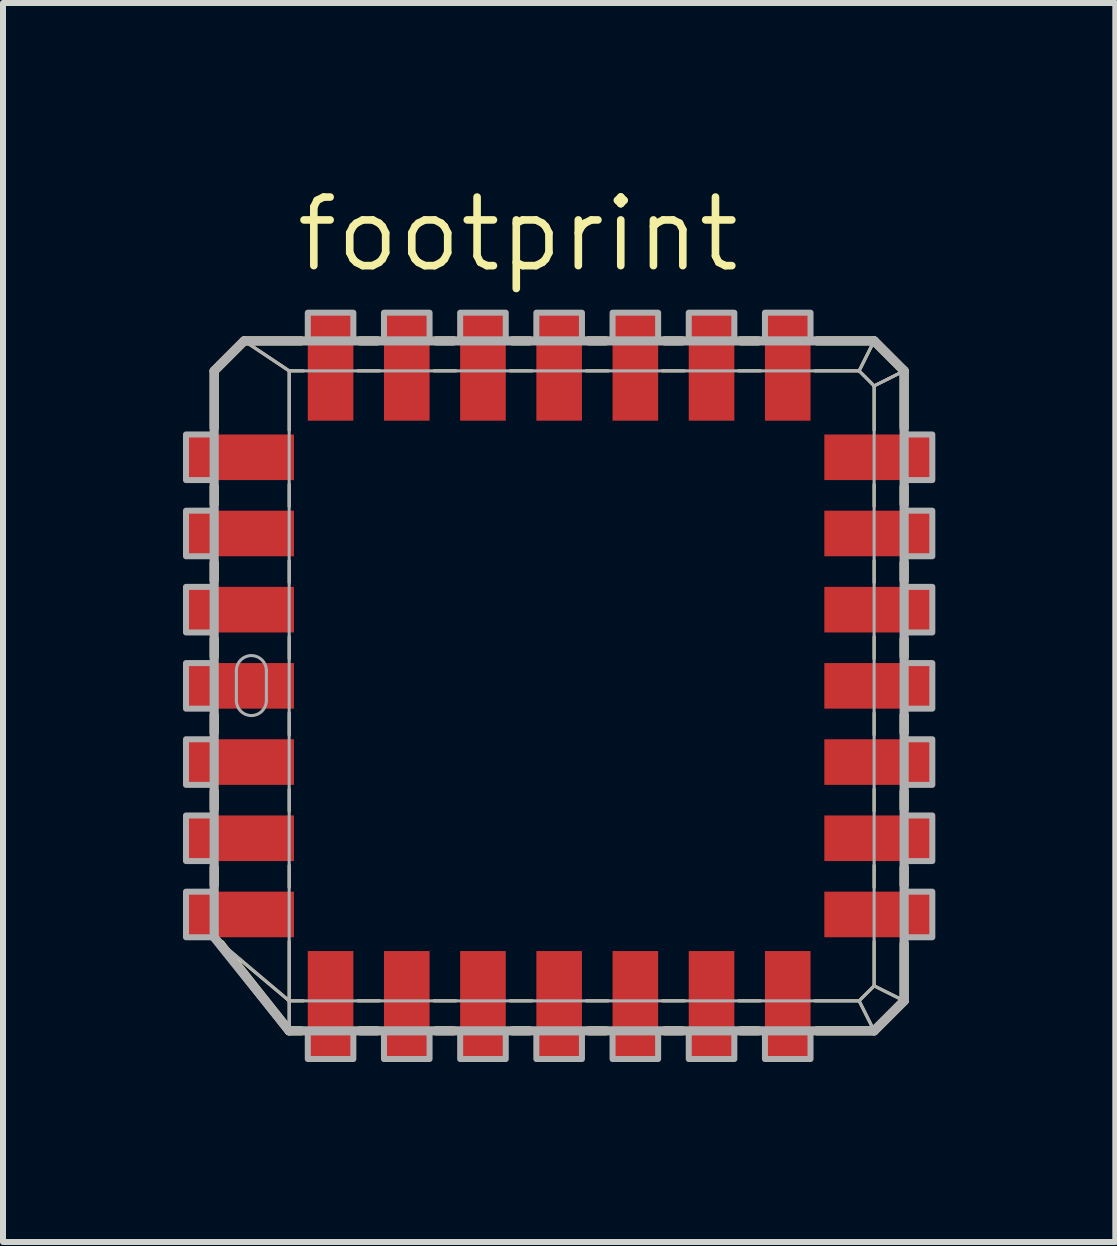
<source format=kicad_pcb>
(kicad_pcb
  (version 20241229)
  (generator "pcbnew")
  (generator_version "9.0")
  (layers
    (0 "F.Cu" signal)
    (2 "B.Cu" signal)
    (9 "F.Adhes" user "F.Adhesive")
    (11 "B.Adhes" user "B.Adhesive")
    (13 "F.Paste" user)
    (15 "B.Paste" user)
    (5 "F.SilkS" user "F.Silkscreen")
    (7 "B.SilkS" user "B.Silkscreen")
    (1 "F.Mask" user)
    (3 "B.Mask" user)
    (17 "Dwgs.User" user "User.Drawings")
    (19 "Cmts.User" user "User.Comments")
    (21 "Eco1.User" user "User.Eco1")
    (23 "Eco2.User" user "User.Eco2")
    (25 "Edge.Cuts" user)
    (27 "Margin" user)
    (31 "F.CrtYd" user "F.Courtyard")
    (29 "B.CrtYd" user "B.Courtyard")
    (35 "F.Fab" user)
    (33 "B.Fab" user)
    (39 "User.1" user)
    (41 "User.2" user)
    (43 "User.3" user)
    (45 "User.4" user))
  (footprint "footprint"
    (layer "F.Cu")
    (at 6.27 8.382)
    (property "Reference" "footprint" (at -4.445 -6.858 0) (layer "F.SilkS") (effects (font (size 1.143 1.143) (thickness 0.127)) (justify left bottom)))
    (fp_line (start -5.75 -5.25) (end -5.25 -5.75) (stroke (width 0.152) (type solid)) (layer "F.SilkS"))
    (fp_line (start -5.75 -4.301) (end -5.75 -5.25) (stroke (width 0.152) (type solid)) (layer "F.SilkS"))
    (fp_line (start -5.75 -3.031) (end -5.75 -3.319) (stroke (width 0.152) (type solid)) (layer "F.SilkS"))
    (fp_line (start -5.75 -1.761) (end -5.75 -2.049) (stroke (width 0.152) (type solid)) (layer "F.SilkS"))
    (fp_line (start -5.75 -0.491) (end -5.75 -0.779) (stroke (width 0.152) (type solid)) (layer "F.SilkS"))
    (fp_line (start -5.75 0.779) (end -5.75 0.491) (stroke (width 0.152) (type solid)) (layer "F.SilkS"))
    (fp_line (start -5.75 2.049) (end -5.75 1.761) (stroke (width 0.152) (type solid)) (layer "F.SilkS"))
    (fp_line (start -5.75 3.319) (end -5.75 3.031) (stroke (width 0.152) (type solid)) (layer "F.SilkS"))
    (fp_line (start -5.25 -5.75) (end -4.5 -5.25) (stroke (width 0.051) (type solid)) (layer "F.SilkS"))
    (fp_line (start -5.25 -5.75) (end -4.301 -5.75) (stroke (width 0.152) (type solid)) (layer "F.SilkS"))
    (fp_line (start -4.5 -5.25) (end -4.261 -5.25) (stroke (width 0.051) (type solid)) (layer "F.SilkS"))
    (fp_line (start -4.5 -4.261) (end -4.5 -5.25) (stroke (width 0.051) (type solid)) (layer "F.SilkS"))
    (fp_line (start -4.5 -2.991) (end -4.5 -3.359) (stroke (width 0.051) (type solid)) (layer "F.SilkS"))
    (fp_line (start -4.5 -1.721) (end -4.5 -2.089) (stroke (width 0.051) (type solid)) (layer "F.SilkS"))
    (fp_line (start -4.5 -0.451) (end -4.5 -0.819) (stroke (width 0.051) (type solid)) (layer "F.SilkS"))
    (fp_line (start -4.5 0.819) (end -4.5 0.451) (stroke (width 0.051) (type solid)) (layer "F.SilkS"))
    (fp_line (start -4.5 2.089) (end -4.5 1.721) (stroke (width 0.051) (type solid)) (layer "F.SilkS"))
    (fp_line (start -4.5 3.359) (end -4.5 2.991) (stroke (width 0.051) (type solid)) (layer "F.SilkS"))
    (fp_line (start -4.5 5.25) (end -5.679 4.261) (stroke (width 0.051) (type solid)) (layer "F.SilkS"))
    (fp_line (start -4.5 5.25) (end -4.5 4.261) (stroke (width 0.051) (type solid)) (layer "F.SilkS"))
    (fp_line (start -4.5 5.75) (end -5.649 4.301) (stroke (width 0.152) (type solid)) (layer "F.SilkS"))
    (fp_line (start -4.5 5.75) (end -4.5 5.25) (stroke (width 0.051) (type solid)) (layer "F.SilkS"))
    (fp_line (start -4.301 5.75) (end -4.5 5.75) (stroke (width 0.152) (type solid)) (layer "F.SilkS"))
    (fp_line (start -4.261 5.25) (end -4.5 5.25) (stroke (width 0.051) (type solid)) (layer "F.SilkS"))
    (fp_line (start -3.359 -5.25) (end -2.991 -5.25) (stroke (width 0.051) (type solid)) (layer "F.SilkS"))
    (fp_line (start -3.319 -5.75) (end -3.031 -5.75) (stroke (width 0.152) (type solid)) (layer "F.SilkS"))
    (fp_line (start -3.031 5.75) (end -3.319 5.75) (stroke (width 0.152) (type solid)) (layer "F.SilkS"))
    (fp_line (start -2.991 5.25) (end -3.359 5.25) (stroke (width 0.051) (type solid)) (layer "F.SilkS"))
    (fp_line (start -2.089 -5.25) (end -1.721 -5.25) (stroke (width 0.051) (type solid)) (layer "F.SilkS"))
    (fp_line (start -2.049 -5.75) (end -1.761 -5.75) (stroke (width 0.152) (type solid)) (layer "F.SilkS"))
    (fp_line (start -1.761 5.75) (end -2.049 5.75) (stroke (width 0.152) (type solid)) (layer "F.SilkS"))
    (fp_line (start -1.721 5.25) (end -2.089 5.25) (stroke (width 0.051) (type solid)) (layer "F.SilkS"))
    (fp_line (start -0.819 -5.25) (end -0.451 -5.25) (stroke (width 0.051) (type solid)) (layer "F.SilkS"))
    (fp_line (start -0.779 -5.75) (end -0.491 -5.75) (stroke (width 0.152) (type solid)) (layer "F.SilkS"))
    (fp_line (start -0.491 5.75) (end -0.779 5.75) (stroke (width 0.152) (type solid)) (layer "F.SilkS"))
    (fp_line (start -0.451 5.25) (end -0.819 5.25) (stroke (width 0.051) (type solid)) (layer "F.SilkS"))
    (fp_line (start 0.451 -5.25) (end 0.819 -5.25) (stroke (width 0.051) (type solid)) (layer "F.SilkS"))
    (fp_line (start 0.491 -5.75) (end 0.779 -5.75) (stroke (width 0.152) (type solid)) (layer "F.SilkS"))
    (fp_line (start 0.779 5.75) (end 0.491 5.75) (stroke (width 0.152) (type solid)) (layer "F.SilkS"))
    (fp_line (start 0.819 5.25) (end 0.451 5.25) (stroke (width 0.051) (type solid)) (layer "F.SilkS"))
    (fp_line (start 1.721 -5.25) (end 2.089 -5.25) (stroke (width 0.051) (type solid)) (layer "F.SilkS"))
    (fp_line (start 1.761 -5.75) (end 2.049 -5.75) (stroke (width 0.152) (type solid)) (layer "F.SilkS"))
    (fp_line (start 2.049 5.75) (end 1.761 5.75) (stroke (width 0.152) (type solid)) (layer "F.SilkS"))
    (fp_line (start 2.089 5.25) (end 1.721 5.25) (stroke (width 0.051) (type solid)) (layer "F.SilkS"))
    (fp_line (start 2.991 -5.25) (end 3.359 -5.25) (stroke (width 0.051) (type solid)) (layer "F.SilkS"))
    (fp_line (start 3.031 -5.75) (end 3.319 -5.75) (stroke (width 0.152) (type solid)) (layer "F.SilkS"))
    (fp_line (start 3.319 5.75) (end 3.031 5.75) (stroke (width 0.152) (type solid)) (layer "F.SilkS"))
    (fp_line (start 3.359 5.25) (end 2.991 5.25) (stroke (width 0.051) (type solid)) (layer "F.SilkS"))
    (fp_line (start 4.261 -5.25) (end 5 -5.25) (stroke (width 0.051) (type solid)) (layer "F.SilkS"))
    (fp_line (start 4.301 -5.75) (end 5.25 -5.75) (stroke (width 0.152) (type solid)) (layer "F.SilkS"))
    (fp_line (start 5 -5.25) (end 5.25 -5.75) (stroke (width 0.051) (type solid)) (layer "F.SilkS"))
    (fp_line (start 5 -5.25) (end 5.25 -5) (stroke (width 0.051) (type solid)) (layer "F.SilkS"))
    (fp_line (start 5 5.25) (end 4.261 5.25) (stroke (width 0.051) (type solid)) (layer "F.SilkS"))
    (fp_line (start 5.25 -5.75) (end 5.75 -5.25) (stroke (width 0.152) (type solid)) (layer "F.SilkS"))
    (fp_line (start 5.25 -5) (end 5.25 -4.261) (stroke (width 0.051) (type solid)) (layer "F.SilkS"))
    (fp_line (start 5.25 -5) (end 5.75 -5.25) (stroke (width 0.051) (type solid)) (layer "F.SilkS"))
    (fp_line (start 5.25 -3.359) (end 5.25 -2.991) (stroke (width 0.051) (type solid)) (layer "F.SilkS"))
    (fp_line (start 5.25 -2.089) (end 5.25 -1.721) (stroke (width 0.051) (type solid)) (layer "F.SilkS"))
    (fp_line (start 5.25 -0.819) (end 5.25 -0.451) (stroke (width 0.051) (type solid)) (layer "F.SilkS"))
    (fp_line (start 5.25 0.451) (end 5.25 0.819) (stroke (width 0.051) (type solid)) (layer "F.SilkS"))
    (fp_line (start 5.25 1.721) (end 5.25 2.089) (stroke (width 0.051) (type solid)) (layer "F.SilkS"))
    (fp_line (start 5.25 2.991) (end 5.25 3.359) (stroke (width 0.051) (type solid)) (layer "F.SilkS"))
    (fp_line (start 5.25 4.261) (end 5.25 5) (stroke (width 0.051) (type solid)) (layer "F.SilkS"))
    (fp_line (start 5.25 5) (end 5 5.25) (stroke (width 0.051) (type solid)) (layer "F.SilkS"))
    (fp_line (start 5.25 5.75) (end 4.301 5.75) (stroke (width 0.152) (type solid)) (layer "F.SilkS"))
    (fp_line (start 5.25 5.75) (end 5 5.25) (stroke (width 0.051) (type solid)) (layer "F.SilkS"))
    (fp_line (start 5.75 -5.25) (end 5.75 -4.301) (stroke (width 0.152) (type solid)) (layer "F.SilkS"))
    (fp_line (start 5.75 -3.319) (end 5.75 -3.031) (stroke (width 0.152) (type solid)) (layer "F.SilkS"))
    (fp_line (start 5.75 -2.049) (end 5.75 -1.761) (stroke (width 0.152) (type solid)) (layer "F.SilkS"))
    (fp_line (start 5.75 -0.779) (end 5.75 -0.491) (stroke (width 0.152) (type solid)) (layer "F.SilkS"))
    (fp_line (start 5.75 0.491) (end 5.75 0.779) (stroke (width 0.152) (type solid)) (layer "F.SilkS"))
    (fp_line (start 5.75 1.761) (end 5.75 2.049) (stroke (width 0.152) (type solid)) (layer "F.SilkS"))
    (fp_line (start 5.75 3.031) (end 5.75 3.319) (stroke (width 0.152) (type solid)) (layer "F.SilkS"))
    (fp_line (start 5.75 4.301) (end 5.75 5.25) (stroke (width 0.152) (type solid)) (layer "F.SilkS"))
    (fp_line (start 5.75 5.25) (end 5.25 5) (stroke (width 0.051) (type solid)) (layer "F.SilkS"))
    (fp_line (start 5.75 5.25) (end 5.25 5.75) (stroke (width 0.152) (type solid)) (layer "F.SilkS"))
    (fp_line (start -5.75 -5.25) (end -5.25 -5.75) (stroke (width 0.152) (type solid)) (layer "F.Fab"))
    (fp_line (start -5.75 4.19) (end -5.75 -5.25) (stroke (width 0.152) (type solid)) (layer "F.Fab"))
    (fp_line (start -5.38 -0.255) (end -5.38 0.245) (stroke (width 0.051) (type solid)) (layer "F.Fab"))
    (fp_line (start -5.25 -5.75) (end -4.5 -5.25) (stroke (width 0.051) (type solid)) (layer "F.Fab"))
    (fp_line (start -5.25 -5.75) (end 5.25 -5.75) (stroke (width 0.152) (type solid)) (layer "F.Fab"))
    (fp_line (start -4.88 -0.255) (end -4.88 0.245) (stroke (width 0.051) (type solid)) (layer "F.Fab"))
    (fp_line (start -4.5 -5.25) (end 5 -5.25) (stroke (width 0.051) (type solid)) (layer "F.Fab"))
    (fp_line (start -4.5 5.25) (end -5.75 4.19) (stroke (width 0.051) (type solid)) (layer "F.Fab"))
    (fp_line (start -4.5 5.25) (end -4.5 -5.25) (stroke (width 0.051) (type solid)) (layer "F.Fab"))
    (fp_line (start -4.5 5.75) (end -5.75 4.19) (stroke (width 0.152) (type solid)) (layer "F.Fab"))
    (fp_line (start -4.5 5.75) (end -4.5 5.25) (stroke (width 0.051) (type solid)) (layer "F.Fab"))
    (fp_line (start 5 -5.25) (end 5.25 -5.75) (stroke (width 0.051) (type solid)) (layer "F.Fab"))
    (fp_line (start 5 -5.25) (end 5.25 -5) (stroke (width 0.051) (type solid)) (layer "F.Fab"))
    (fp_line (start 5 5.25) (end -4.5 5.25) (stroke (width 0.051) (type solid)) (layer "F.Fab"))
    (fp_line (start 5.25 -5.75) (end 5.75 -5.25) (stroke (width 0.152) (type solid)) (layer "F.Fab"))
    (fp_line (start 5.25 -5) (end 5.25 5) (stroke (width 0.051) (type solid)) (layer "F.Fab"))
    (fp_line (start 5.25 -5) (end 5.75 -5.25) (stroke (width 0.051) (type solid)) (layer "F.Fab"))
    (fp_line (start 5.25 5) (end 5 5.25) (stroke (width 0.051) (type solid)) (layer "F.Fab"))
    (fp_line (start 5.25 5.75) (end -4.5 5.75) (stroke (width 0.152) (type solid)) (layer "F.Fab"))
    (fp_line (start 5.25 5.75) (end 5 5.25) (stroke (width 0.051) (type solid)) (layer "F.Fab"))
    (fp_line (start 5.75 -5.25) (end 5.75 5.25) (stroke (width 0.152) (type solid)) (layer "F.Fab"))
    (fp_line (start 5.75 5.25) (end 5.25 5) (stroke (width 0.051) (type solid)) (layer "F.Fab"))
    (fp_line (start 5.75 5.25) (end 5.25 5.75) (stroke (width 0.152) (type solid)) (layer "F.Fab"))
    (fp_arc (start -5.38 -0.255) (mid -5.129999 -0.504999) (end -4.88 -0.254998) (stroke (width 0.0508) (type solid)) (layer "F.Fab"))
    (fp_arc (start -4.88 0.244998) (mid -5.129999 0.494999) (end -5.38 0.245) (stroke (width 0.0508) (type solid)) (layer "F.Fab"))
    (fp_poly (pts (xy -6.22 -3.43) (xy -5.75 -3.43) (xy -5.75 -4.19) (xy -6.22 -4.19)) (stroke (width 0.1) (type solid)) (fill no) (layer "F.Fab"))
    (fp_poly (pts (xy -6.22 -2.16) (xy -5.75 -2.16) (xy -5.75 -2.92) (xy -6.22 -2.92)) (stroke (width 0.1) (type solid)) (fill no) (layer "F.Fab"))
    (fp_poly (pts (xy -6.22 -0.89) (xy -5.75 -0.89) (xy -5.75 -1.65) (xy -6.22 -1.65)) (stroke (width 0.1) (type solid)) (fill no) (layer "F.Fab"))
    (fp_poly (pts (xy -6.22 0.38) (xy -5.75 0.38) (xy -5.75 -0.38) (xy -6.22 -0.38)) (stroke (width 0.1) (type solid)) (fill no) (layer "F.Fab"))
    (fp_poly (pts (xy -6.22 1.65) (xy -5.75 1.65) (xy -5.75 0.89) (xy -6.22 0.89)) (stroke (width 0.1) (type solid)) (fill no) (layer "F.Fab"))
    (fp_poly (pts (xy -6.22 2.92) (xy -5.75 2.92) (xy -5.75 2.16) (xy -6.22 2.16)) (stroke (width 0.1) (type solid)) (fill no) (layer "F.Fab"))
    (fp_poly (pts (xy -6.22 4.19) (xy -5.75 4.19) (xy -5.75 3.43) (xy -6.22 3.43)) (stroke (width 0.1) (type solid)) (fill no) (layer "F.Fab"))
    (fp_poly (pts (xy -4.19 -5.75) (xy -3.43 -5.75) (xy -3.43 -6.22) (xy -4.19 -6.22)) (stroke (width 0.1) (type solid)) (fill no) (layer "F.Fab"))
    (fp_poly (pts (xy -4.19 6.22) (xy -3.43 6.22) (xy -3.43 5.75) (xy -4.19 5.75)) (stroke (width 0.1) (type solid)) (fill no) (layer "F.Fab"))
    (fp_poly (pts (xy -2.92 -5.75) (xy -2.16 -5.75) (xy -2.16 -6.22) (xy -2.92 -6.22)) (stroke (width 0.1) (type solid)) (fill no) (layer "F.Fab"))
    (fp_poly (pts (xy -2.92 6.22) (xy -2.16 6.22) (xy -2.16 5.75) (xy -2.92 5.75)) (stroke (width 0.1) (type solid)) (fill no) (layer "F.Fab"))
    (fp_poly (pts (xy -1.65 -5.75) (xy -0.89 -5.75) (xy -0.89 -6.22) (xy -1.65 -6.22)) (stroke (width 0.1) (type solid)) (fill no) (layer "F.Fab"))
    (fp_poly (pts (xy -1.65 6.22) (xy -0.89 6.22) (xy -0.89 5.75) (xy -1.65 5.75)) (stroke (width 0.1) (type solid)) (fill no) (layer "F.Fab"))
    (fp_poly (pts (xy -0.38 -5.75) (xy 0.38 -5.75) (xy 0.38 -6.22) (xy -0.38 -6.22)) (stroke (width 0.1) (type solid)) (fill no) (layer "F.Fab"))
    (fp_poly (pts (xy -0.38 6.22) (xy 0.38 6.22) (xy 0.38 5.75) (xy -0.38 5.75)) (stroke (width 0.1) (type solid)) (fill no) (layer "F.Fab"))
    (fp_poly (pts (xy 0.89 -5.75) (xy 1.65 -5.75) (xy 1.65 -6.22) (xy 0.89 -6.22)) (stroke (width 0.1) (type solid)) (fill no) (layer "F.Fab"))
    (fp_poly (pts (xy 0.89 6.22) (xy 1.65 6.22) (xy 1.65 5.75) (xy 0.89 5.75)) (stroke (width 0.1) (type solid)) (fill no) (layer "F.Fab"))
    (fp_poly (pts (xy 2.16 -5.75) (xy 2.92 -5.75) (xy 2.92 -6.22) (xy 2.16 -6.22)) (stroke (width 0.1) (type solid)) (fill no) (layer "F.Fab"))
    (fp_poly (pts (xy 2.16 6.22) (xy 2.92 6.22) (xy 2.92 5.75) (xy 2.16 5.75)) (stroke (width 0.1) (type solid)) (fill no) (layer "F.Fab"))
    (fp_poly (pts (xy 3.43 -5.75) (xy 4.19 -5.75) (xy 4.19 -6.22) (xy 3.43 -6.22)) (stroke (width 0.1) (type solid)) (fill no) (layer "F.Fab"))
    (fp_poly (pts (xy 3.43 6.22) (xy 4.19 6.22) (xy 4.19 5.75) (xy 3.43 5.75)) (stroke (width 0.1) (type solid)) (fill no) (layer "F.Fab"))
    (fp_poly (pts (xy 5.75 -3.43) (xy 6.22 -3.43) (xy 6.22 -4.19) (xy 5.75 -4.19)) (stroke (width 0.1) (type solid)) (fill no) (layer "F.Fab"))
    (fp_poly (pts (xy 5.75 -2.16) (xy 6.22 -2.16) (xy 6.22 -2.92) (xy 5.75 -2.92)) (stroke (width 0.1) (type solid)) (fill no) (layer "F.Fab"))
    (fp_poly (pts (xy 5.75 -0.89) (xy 6.22 -0.89) (xy 6.22 -1.65) (xy 5.75 -1.65)) (stroke (width 0.1) (type solid)) (fill no) (layer "F.Fab"))
    (fp_poly (pts (xy 5.75 0.38) (xy 6.22 0.38) (xy 6.22 -0.38) (xy 5.75 -0.38)) (stroke (width 0.1) (type solid)) (fill no) (layer "F.Fab"))
    (fp_poly (pts (xy 5.75 1.65) (xy 6.22 1.65) (xy 6.22 0.89) (xy 5.75 0.89)) (stroke (width 0.1) (type solid)) (fill no) (layer "F.Fab"))
    (fp_poly (pts (xy 5.75 2.92) (xy 6.22 2.92) (xy 6.22 2.16) (xy 5.75 2.16)) (stroke (width 0.1) (type solid)) (fill no) (layer "F.Fab"))
    (fp_poly (pts (xy 5.75 4.19) (xy 6.22 4.19) (xy 6.22 3.43) (xy 5.75 3.43)) (stroke (width 0.1) (type solid)) (fill no) (layer "F.Fab"))
    (pad "1" smd rect (at -5.32 0) (size 1.8 0.76) (layers "F.Cu" "F.Mask" "F.Paste"))
    (pad "2" smd rect (at -5.32 1.27) (size 1.8 0.76) (layers "F.Cu" "F.Mask" "F.Paste"))
    (pad "3" smd rect (at -5.32 2.54) (size 1.8 0.76) (layers "F.Cu" "F.Mask" "F.Paste"))
    (pad "4" smd rect (at -5.32 3.81) (size 1.8 0.76) (layers "F.Cu" "F.Mask" "F.Paste"))
    (pad "5" smd rect (at -3.81 5.32) (size 0.76 1.8) (layers "F.Cu" "F.Mask" "F.Paste"))
    (pad "6" smd rect (at -2.54 5.32) (size 0.76 1.8) (layers "F.Cu" "F.Mask" "F.Paste"))
    (pad "7" smd rect (at -1.27 5.32) (size 0.76 1.8) (layers "F.Cu" "F.Mask" "F.Paste"))
    (pad "8" smd rect (at 0 5.32) (size 0.76 1.8) (layers "F.Cu" "F.Mask" "F.Paste"))
    (pad "9" smd rect (at 1.27 5.32) (size 0.76 1.8) (layers "F.Cu" "F.Mask" "F.Paste"))
    (pad "10" smd rect (at 2.54 5.32) (size 0.76 1.8) (layers "F.Cu" "F.Mask" "F.Paste"))
    (pad "11" smd rect (at 3.81 5.32) (size 0.76 1.8) (layers "F.Cu" "F.Mask" "F.Paste"))
    (pad "12" smd rect (at 5.32 3.81) (size 1.8 0.76) (layers "F.Cu" "F.Mask" "F.Paste"))
    (pad "13" smd rect (at 5.32 2.54) (size 1.8 0.76) (layers "F.Cu" "F.Mask" "F.Paste"))
    (pad "14" smd rect (at 5.32 1.27) (size 1.8 0.76) (layers "F.Cu" "F.Mask" "F.Paste"))
    (pad "15" smd rect (at 5.32 0) (size 1.8 0.76) (layers "F.Cu" "F.Mask" "F.Paste"))
    (pad "16" smd rect (at 5.32 -1.27) (size 1.8 0.76) (layers "F.Cu" "F.Mask" "F.Paste"))
    (pad "17" smd rect (at 5.32 -2.54) (size 1.8 0.76) (layers "F.Cu" "F.Mask" "F.Paste"))
    (pad "18" smd rect (at 5.32 -3.81) (size 1.8 0.76) (layers "F.Cu" "F.Mask" "F.Paste"))
    (pad "19" smd rect (at 3.81 -5.32) (size 0.76 1.8) (layers "F.Cu" "F.Mask" "F.Paste"))
    (pad "20" smd rect (at 2.54 -5.32) (size 0.76 1.8) (layers "F.Cu" "F.Mask" "F.Paste"))
    (pad "21" smd rect (at 1.27 -5.32) (size 0.76 1.8) (layers "F.Cu" "F.Mask" "F.Paste"))
    (pad "22" smd rect (at 0 -5.32) (size 0.76 1.8) (layers "F.Cu" "F.Mask" "F.Paste"))
    (pad "23" smd rect (at -1.27 -5.32) (size 0.76 1.8) (layers "F.Cu" "F.Mask" "F.Paste"))
    (pad "24" smd rect (at -2.54 -5.32) (size 0.76 1.8) (layers "F.Cu" "F.Mask" "F.Paste"))
    (pad "25" smd rect (at -3.81 -5.32) (size 0.76 1.8) (layers "F.Cu" "F.Mask" "F.Paste"))
    (pad "26" smd rect (at -5.32 -3.81) (size 1.8 0.76) (layers "F.Cu" "F.Mask" "F.Paste"))
    (pad "27" smd rect (at -5.32 -2.54) (size 1.8 0.76) (layers "F.Cu" "F.Mask" "F.Paste"))
    (pad "28" smd rect (at -5.32 -1.27) (size 1.8 0.76) (layers "F.Cu" "F.Mask" "F.Paste")))
  (gr_rect
    (start -3 -3)
    (end 15.54 17.652)
    (stroke (width 0.1) (type default))
    (fill no)
    (layer "Edge.Cuts")))
</source>
